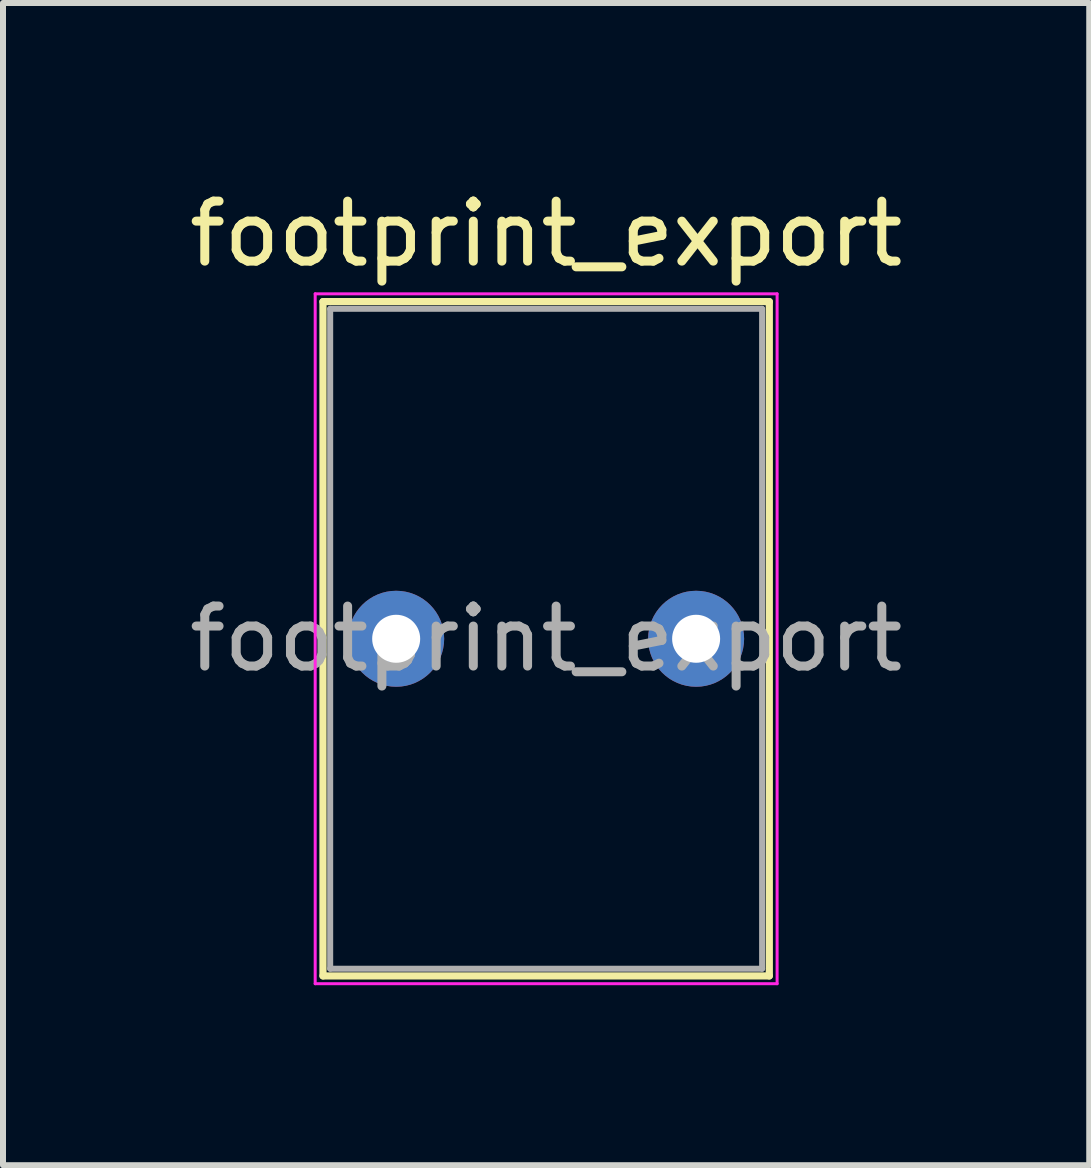
<source format=kicad_pcb>
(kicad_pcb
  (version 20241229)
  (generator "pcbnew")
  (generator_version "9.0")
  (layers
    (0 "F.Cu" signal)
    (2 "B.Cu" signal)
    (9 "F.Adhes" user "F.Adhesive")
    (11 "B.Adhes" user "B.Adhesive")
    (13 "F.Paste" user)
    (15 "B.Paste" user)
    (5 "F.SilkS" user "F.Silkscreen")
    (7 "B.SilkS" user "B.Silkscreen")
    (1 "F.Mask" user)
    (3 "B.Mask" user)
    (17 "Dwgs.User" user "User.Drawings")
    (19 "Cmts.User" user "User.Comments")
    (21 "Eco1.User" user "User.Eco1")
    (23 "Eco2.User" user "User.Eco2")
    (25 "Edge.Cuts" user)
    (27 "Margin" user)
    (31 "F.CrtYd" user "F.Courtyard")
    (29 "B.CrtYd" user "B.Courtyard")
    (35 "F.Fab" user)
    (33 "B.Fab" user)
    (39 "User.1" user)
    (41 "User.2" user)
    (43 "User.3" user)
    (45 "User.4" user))
  (footprint "footprint_export"
    (layer "F.Cu")
    (at 3.554 7.598)
    (property "Reference" "footprint_export" (at 2.5 -6.75 0) (layer "F.SilkS") (effects (font (size 1 1) (thickness 0.15))))
    (attr through_hole)
    (fp_line (start -1.22 -5.62) (end -1.22 5.62) (stroke (width 0.12) (type solid)) (layer "F.SilkS"))
    (fp_line (start -1.22 -5.62) (end 6.22 -5.62) (stroke (width 0.12) (type solid)) (layer "F.SilkS"))
    (fp_line (start -1.22 5.62) (end 6.22 5.62) (stroke (width 0.12) (type solid)) (layer "F.SilkS"))
    (fp_line (start 6.22 -5.62) (end 6.22 5.62) (stroke (width 0.12) (type solid)) (layer "F.SilkS"))
    (fp_line (start -1.35 -5.75) (end -1.35 5.75) (stroke (width 0.05) (type solid)) (layer "F.CrtYd"))
    (fp_line (start -1.35 5.75) (end 6.35 5.75) (stroke (width 0.05) (type solid)) (layer "F.CrtYd"))
    (fp_line (start 6.35 -5.75) (end -1.35 -5.75) (stroke (width 0.05) (type solid)) (layer "F.CrtYd"))
    (fp_line (start 6.35 5.75) (end 6.35 -5.75) (stroke (width 0.05) (type solid)) (layer "F.CrtYd"))
    (fp_line (start -1.1 -5.5) (end -1.1 5.5) (stroke (width 0.1) (type solid)) (layer "F.Fab"))
    (fp_line (start -1.1 5.5) (end 6.1 5.5) (stroke (width 0.1) (type solid)) (layer "F.Fab"))
    (fp_line (start 6.1 -5.5) (end -1.1 -5.5) (stroke (width 0.1) (type solid)) (layer "F.Fab"))
    (fp_line (start 6.1 5.5) (end 6.1 -5.5) (stroke (width 0.1) (type solid)) (layer "F.Fab"))
    (fp_text user "${REFERENCE}" (at 2.5 0 0) (layer "F.Fab") (effects (font (size 1 1) (thickness 0.15))))
    (pad "1" thru_hole circle (at 0 0) (size 1.6 1.6) (drill 0.8) (layers "*.Cu" "*.Mask"))
    (pad "2" thru_hole circle (at 5 0) (size 1.6 1.6) (drill 0.8) (layers "*.Cu" "*.Mask")))
  (gr_rect
    (start -3 -3)
    (end 15.107 16.373)
    (stroke (width 0.1) (type default))
    (fill no)
    (layer "Edge.Cuts")))
</source>
